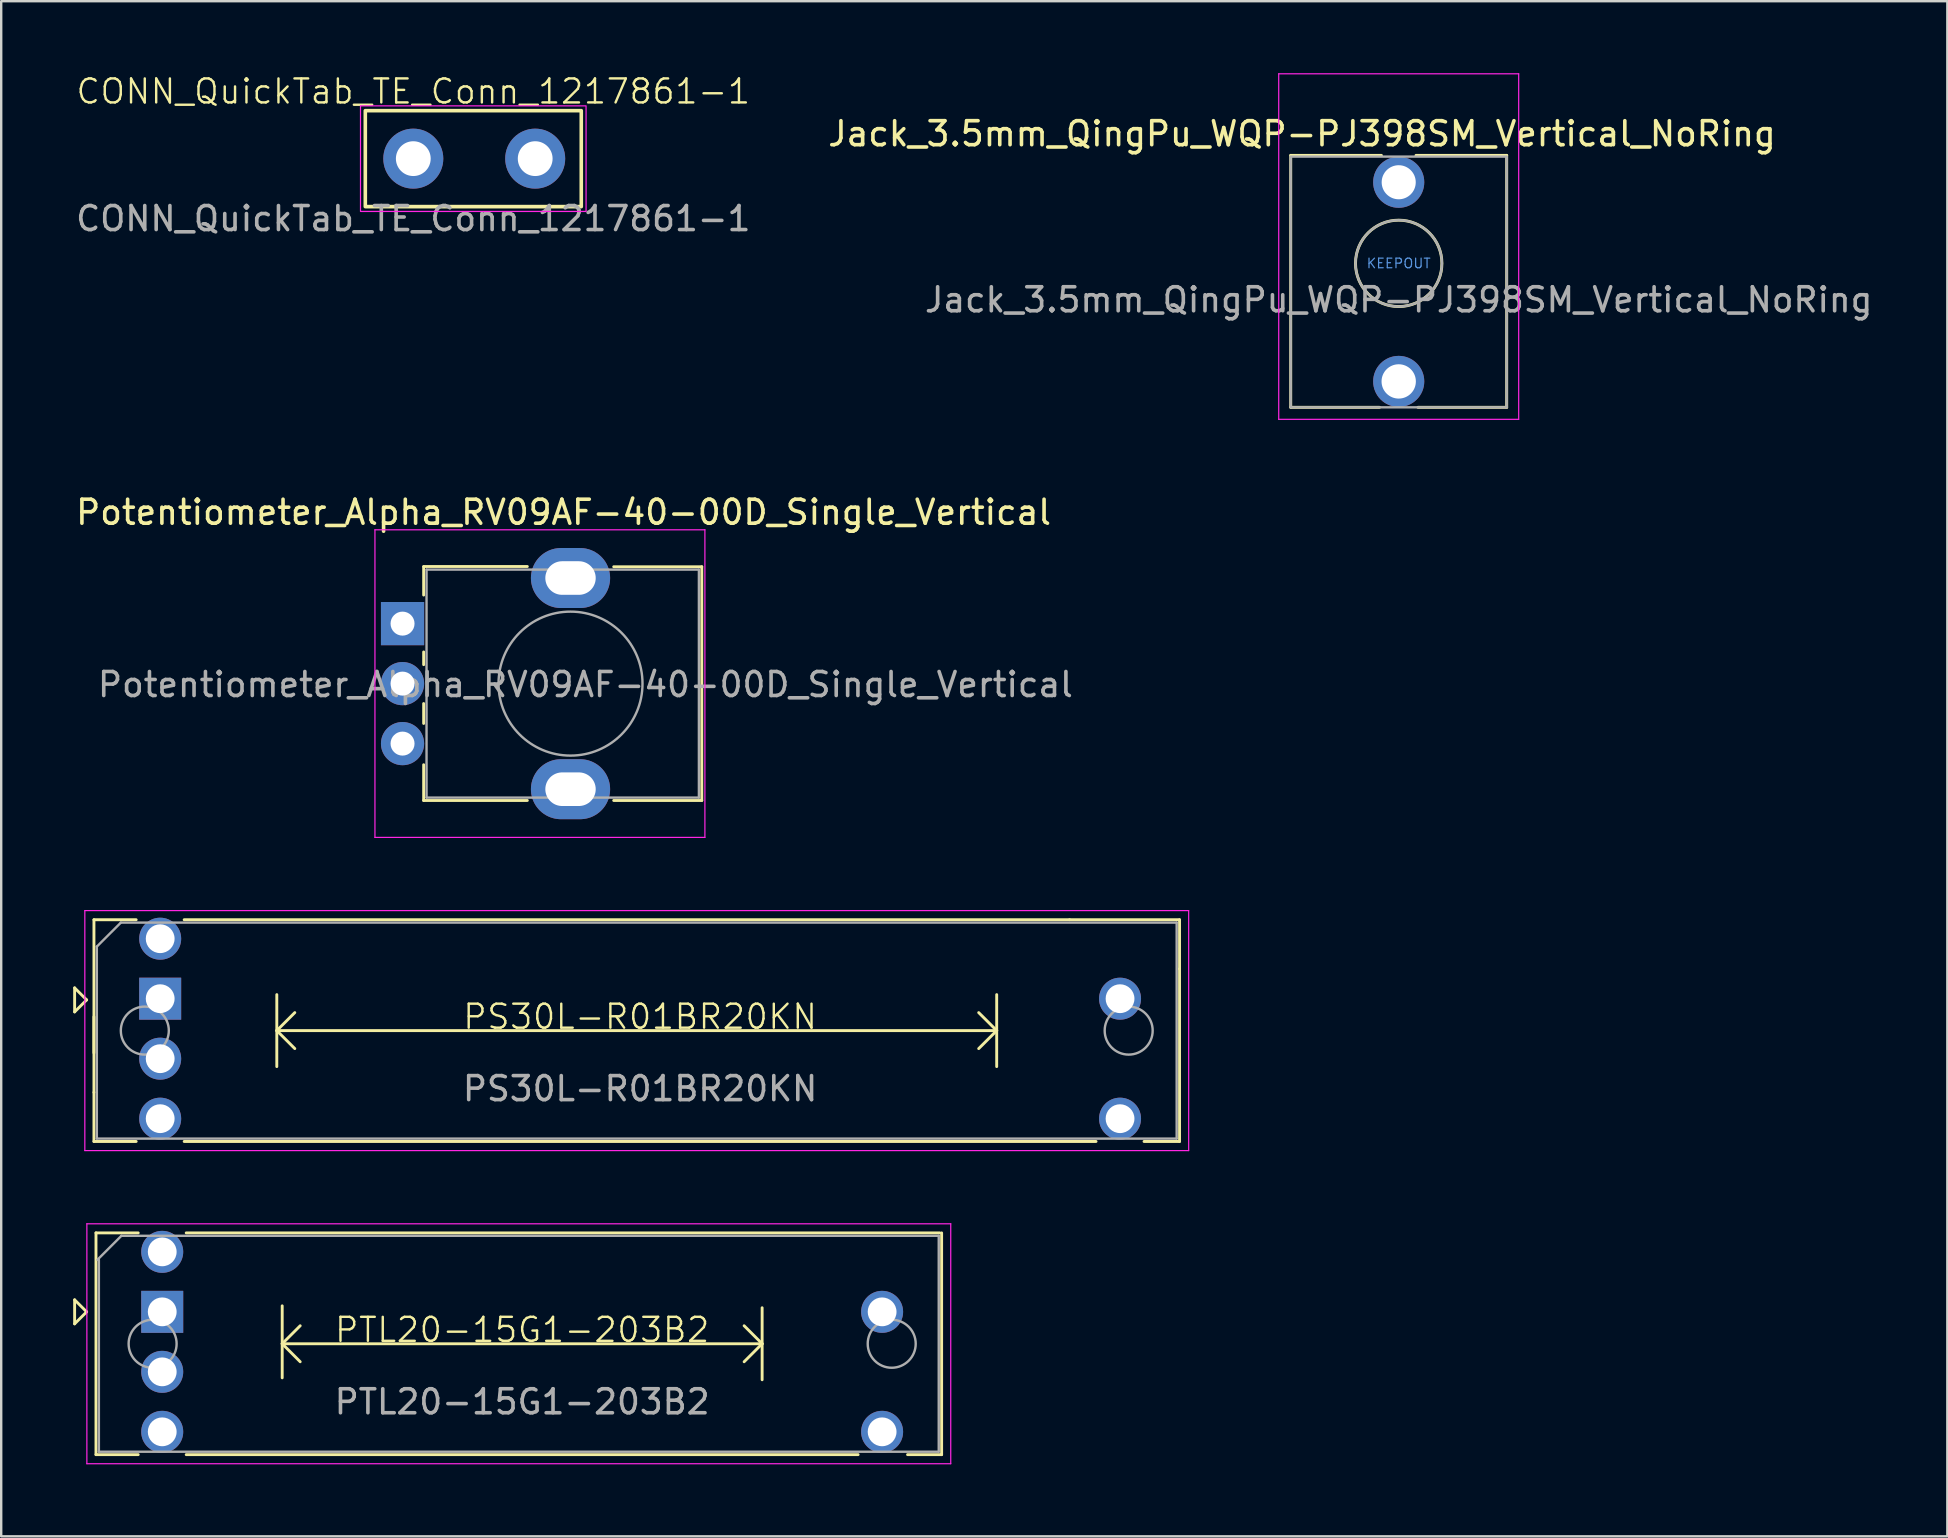
<source format=kicad_pcb>
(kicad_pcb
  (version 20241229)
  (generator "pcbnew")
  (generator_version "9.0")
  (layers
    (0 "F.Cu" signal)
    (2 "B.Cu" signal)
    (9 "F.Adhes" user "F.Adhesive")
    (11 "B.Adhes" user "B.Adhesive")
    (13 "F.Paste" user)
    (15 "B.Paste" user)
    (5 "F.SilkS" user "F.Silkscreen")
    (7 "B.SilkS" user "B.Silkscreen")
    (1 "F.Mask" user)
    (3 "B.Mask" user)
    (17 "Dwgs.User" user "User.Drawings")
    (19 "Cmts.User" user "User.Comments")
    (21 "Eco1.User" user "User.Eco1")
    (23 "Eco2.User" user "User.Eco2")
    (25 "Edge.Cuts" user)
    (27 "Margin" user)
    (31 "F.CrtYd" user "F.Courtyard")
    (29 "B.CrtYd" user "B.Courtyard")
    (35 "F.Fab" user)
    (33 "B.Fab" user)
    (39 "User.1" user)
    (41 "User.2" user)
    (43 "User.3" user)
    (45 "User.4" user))
  (footprint "Potentiometer_Alpha_RV09AF-40-00D_Single_Vertical"
    (layer "F.Cu")
    (at 13.725 22.938)
    (property "Reference" "Potentiometer_Alpha_RV09AF-40-00D_Single_Vertical" (at 6.71 -4.64 180) (layer "F.SilkS") (effects (font (size 1 1) (thickness 0.15))))
    (attr through_hole)
    (fp_line (start 0.88 -2.38) (end 5.2 -2.38) (stroke (width 0.12) (type solid)) (layer "F.SilkS"))
    (fp_line (start 0.88 -1.19) (end 0.88 -2.37) (stroke (width 0.12) (type solid)) (layer "F.SilkS"))
    (fp_line (start 0.88 1.71) (end 0.88 1.18) (stroke (width 0.12) (type solid)) (layer "F.SilkS"))
    (fp_line (start 0.88 4.16) (end 0.88 3.33) (stroke (width 0.12) (type solid)) (layer "F.SilkS"))
    (fp_line (start 0.88 7.37) (end 0.88 5.88) (stroke (width 0.12) (type solid)) (layer "F.SilkS"))
    (fp_line (start 0.88 7.37) (end 5.2 7.37) (stroke (width 0.12) (type solid)) (layer "F.SilkS"))
    (fp_line (start 8.8 -2.37) (end 12.47 -2.37) (stroke (width 0.12) (type solid)) (layer "F.SilkS"))
    (fp_line (start 8.8 7.37) (end 12.47 7.37) (stroke (width 0.12) (type solid)) (layer "F.SilkS"))
    (fp_line (start 12.47 7.37) (end 12.47 -2.37) (stroke (width 0.12) (type solid)) (layer "F.SilkS"))
    (fp_line (start -1.15 -3.91) (end -1.15 8.91) (stroke (width 0.05) (type solid)) (layer "F.CrtYd"))
    (fp_line (start -1.15 8.91) (end 12.6 8.91) (stroke (width 0.05) (type solid)) (layer "F.CrtYd"))
    (fp_line (start 12.6 -3.91) (end -1.15 -3.91) (stroke (width 0.05) (type solid)) (layer "F.CrtYd"))
    (fp_line (start 12.6 8.91) (end 12.6 -3.91) (stroke (width 0.05) (type solid)) (layer "F.CrtYd"))
    (fp_line (start 1 -2.25) (end 12.35 -2.25) (stroke (width 0.1) (type solid)) (layer "F.Fab"))
    (fp_line (start 1 7.25) (end 1 -2.25) (stroke (width 0.1) (type solid)) (layer "F.Fab"))
    (fp_line (start 1 7.25) (end 12.35 7.25) (stroke (width 0.1) (type solid)) (layer "F.Fab"))
    (fp_line (start 12.35 7.25) (end 12.35 -2.25) (stroke (width 0.1) (type solid)) (layer "F.Fab"))
    (fp_circle (center 7 2.5) (end 10 2.5) (stroke (width 0.1) (type solid)) (fill no) (layer "F.Fab"))
    (fp_text user "${REFERENCE}" (at 7.62 2.54 0) (layer "F.Fab") (effects (font (size 1 1) (thickness 0.15))))
    (pad "" thru_hole oval (at 7 -1.9 90) (size 2.5 3.3) (drill oval 1.4 2.1) (layers "*.Cu" "*.Mask"))
    (pad "" thru_hole oval (at 7 6.9 90) (size 2.5 3.3) (drill oval 1.4 2.1) (layers "*.Cu" "*.Mask"))
    (pad "1" thru_hole rect (at 0 0 90) (size 1.8 1.8) (drill 1) (layers "*.Cu" "*.Mask"))
    (pad "2" thru_hole circle (at 0 2.5 90) (size 1.8 1.8) (drill 1) (layers "*.Cu" "*.Mask"))
    (pad "3" thru_hole circle (at 0 5 90) (size 1.8 1.8) (drill 1) (layers "*.Cu" "*.Mask")))
  (footprint "Jack_3.5mm_QingPu_WQP-PJ398SM_Vertical_NoRing"
    (layer "F.Cu")
    (at 55.238 1.445)
    (property "Reference" "Jack_3.5mm_QingPu_WQP-PJ398SM_Vertical_NoRing" (at -4.03 1.08 180) (layer "F.SilkS") (effects (font (size 1 1) (thickness 0.15))))
    (attr through_hole)
    (fp_line (start -4.5 1.98) (end -4.5 12.48) (stroke (width 0.12) (type solid)) (layer "F.SilkS"))
    (fp_line (start -0.8 12.48) (end -4.5 12.48) (stroke (width 0.12) (type solid)) (layer "F.SilkS"))
    (fp_line (start -0.72 1.98) (end -4.5 1.98) (stroke (width 0.12) (type solid)) (layer "F.SilkS"))
    (fp_line (start 4.5 1.98) (end 0.72 1.98) (stroke (width 0.12) (type solid)) (layer "F.SilkS"))
    (fp_line (start 4.5 1.98) (end 4.5 12.48) (stroke (width 0.12) (type solid)) (layer "F.SilkS"))
    (fp_line (start 4.5 12.48) (end 0.8 12.48) (stroke (width 0.12) (type solid)) (layer "F.SilkS"))
    (fp_circle (center 0 6.48) (end 1.8 6.48) (stroke (width 0.12) (type solid)) (fill no) (layer "F.SilkS"))
    (fp_line (start -5 12.98) (end -5 -1.42) (stroke (width 0.05) (type solid)) (layer "F.CrtYd"))
    (fp_line (start 5 -1.42) (end -5 -1.42) (stroke (width 0.05) (type solid)) (layer "F.CrtYd"))
    (fp_line (start 5 12.98) (end -5 12.98) (stroke (width 0.05) (type solid)) (layer "F.CrtYd"))
    (fp_line (start 5 12.98) (end 5 -1.42) (stroke (width 0.05) (type solid)) (layer "F.CrtYd"))
    (fp_line (start -4.5 12.48) (end -4.5 2.08) (stroke (width 0.1) (type solid)) (layer "F.Fab"))
    (fp_line (start 4.5 2.03) (end -4.5 2.03) (stroke (width 0.1) (type solid)) (layer "F.Fab"))
    (fp_line (start 4.5 12.48) (end -4.5 12.48) (stroke (width 0.1) (type solid)) (layer "F.Fab"))
    (fp_line (start 4.5 12.48) (end 4.5 2.08) (stroke (width 0.1) (type solid)) (layer "F.Fab"))
    (fp_circle (center 0 6.48) (end 1.8 6.48) (stroke (width 0.1) (type solid)) (fill no) (layer "F.Fab"))
    (fp_text user "KEEPOUT" (at 0 6.48 0) (layer "Cmts.User") (effects (font (size 0.4 0.4) (thickness 0.051))))
    (fp_text user "${REFERENCE}" (at 0 8 180) (layer "F.Fab") (effects (font (size 1 1) (thickness 0.15))))
    (pad "T" thru_hole circle (at 0 11.4 180) (size 2.13 2.13) (drill 1.43) (layers "*.Cu" "*.Mask"))
    (pad "TN" thru_hole circle (at 0 3.1 180) (size 2.13 2.13) (drill 1.42) (layers "*.Cu" "*.Mask"))
    (zone (net_name "") (layer "F.Cu") (hatch full 0.508) (connect_pads) (min_thickness 0.254) (filled_areas_thickness no) (keepout (tracks not_allowed) (vias not_allowed) (pads not_allowed) (copperpour not_allowed) (footprints not_allowed)) (placement (enabled no)) (fill) (polygon (pts (xy 56.743 7.925) (xy 56.723 7.679) (xy 56.663 7.44) (xy 56.565 7.214) (xy 56.431 7.007) (xy 56.265 6.824) (xy 56.071 6.671) (xy 55.855 6.552) (xy 55.623 6.47) (xy 55.38 6.427) (xy 55.133 6.424) (xy 54.89 6.461) (xy 54.655 6.537) (xy 54.436 6.651) (xy 54.239 6.799) (xy 54.069 6.978) (xy 53.93 7.182) (xy 53.826 7.405) (xy 53.76 7.643) (xy 53.734 7.888) (xy 53.748 8.134) (xy 53.802 8.375) (xy 53.895 8.604) (xy 54.024 8.814) (xy 54.185 9) (xy 54.375 9.158) (xy 54.588 9.282) (xy 54.818 9.37) (xy 55.06 9.42) (xy 55.307 9.429) (xy 55.551 9.397) (xy 55.788 9.326) (xy 56.009 9.218) (xy 56.21 9.075) (xy 56.385 8.901) (xy 56.528 8.7) (xy 56.638 8.479) (xy 56.709 8.243) (xy 56.742 7.999)))))
  (footprint "PTL20-15G1-203B2"
    (layer "F.Cu")
    (at 18.71 52.868)
    (property "Reference" "PTL20-15G1-203B2" (at 0 -0.5 0) (unlocked yes) (layer "F.SilkS") (effects (font (size 1 1) (thickness 0.1))))
    (attr through_hole)
    (fp_line (start -18.65 -1.75) (end -18.65 -0.75) (stroke (width 0.12) (type solid)) (layer "F.SilkS"))
    (fp_line (start -18.65 -0.75) (end -18.15 -1.25) (stroke (width 0.12) (type solid)) (layer "F.SilkS"))
    (fp_line (start -18.15 -1.25) (end -18.65 -1.75) (stroke (width 0.12) (type solid)) (layer "F.SilkS"))
    (fp_line (start -17.76 -4.54) (end -17.76 4.7) (stroke (width 0.12) (type solid)) (layer "F.SilkS"))
    (fp_line (start -17.76 -4.54) (end -16 -4.54) (stroke (width 0.12) (type solid)) (layer "F.SilkS"))
    (fp_line (start -17.76 4.7) (end -16 4.7) (stroke (width 0.12) (type solid)) (layer "F.SilkS"))
    (fp_line (start -14 -4.54) (end 17.4 -4.54) (stroke (width 0.12) (type solid)) (layer "F.SilkS"))
    (fp_line (start -14 4.7) (end 14 4.7) (stroke (width 0.12) (type solid)) (layer "F.SilkS"))
    (fp_line (start -10 -1.5) (end -10 1.5) (stroke (width 0.12) (type solid)) (layer "F.SilkS"))
    (fp_line (start -10 0.08) (end -9.25 0.83) (stroke (width 0.12) (type solid)) (layer "F.SilkS"))
    (fp_line (start -10 0.08) (end 10 0.08) (stroke (width 0.12) (type solid)) (layer "F.SilkS"))
    (fp_line (start -9.25 -0.67) (end -10 0.08) (stroke (width 0.12) (type solid)) (layer "F.SilkS"))
    (fp_line (start 9.25 -0.67) (end 10 0.08) (stroke (width 0.12) (type solid)) (layer "F.SilkS"))
    (fp_line (start 10 -1.42) (end 10 1.58) (stroke (width 0.12) (type solid)) (layer "F.SilkS"))
    (fp_line (start 10 0.08) (end 9.25 0.83) (stroke (width 0.12) (type solid)) (layer "F.SilkS"))
    (fp_line (start 16.06 4.7) (end 17.48 4.7) (stroke (width 0.12) (type solid)) (layer "F.SilkS"))
    (fp_line (start 17.48 -4.54) (end 17.48 4.7) (stroke (width 0.12) (type solid)) (layer "F.SilkS"))
    (fp_line (start -18.14 -4.92) (end -18.14 5.08) (stroke (width 0.05) (type solid)) (layer "F.CrtYd"))
    (fp_line (start -18.14 5.08) (end 17.86 5.08) (stroke (width 0.05) (type solid)) (layer "F.CrtYd"))
    (fp_line (start 17.86 -4.92) (end -18.14 -4.92) (stroke (width 0.05) (type solid)) (layer "F.CrtYd"))
    (fp_line (start 17.86 5.08) (end 17.86 -4.92) (stroke (width 0.05) (type solid)) (layer "F.CrtYd"))
    (fp_line (start -17.7 -3.42) (end -16.7 -4.42) (stroke (width 0.1) (type solid)) (layer "F.Fab"))
    (fp_line (start -17.64 4.58) (end -17.64 -3.42) (stroke (width 0.1) (type solid)) (layer "F.Fab"))
    (fp_line (start -16.7 -4.42) (end 17.36 -4.42) (stroke (width 0.1) (type solid)) (layer "F.Fab"))
    (fp_line (start 17.36 -4.42) (end 17.36 4.58) (stroke (width 0.1) (type solid)) (layer "F.Fab"))
    (fp_line (start 17.36 4.58) (end -17.64 4.58) (stroke (width 0.1) (type solid)) (layer "F.Fab"))
    (fp_circle (center -15.4 0.08) (end -14.4 0.08) (stroke (width 0.1) (type solid)) (fill no) (layer "F.Fab"))
    (fp_circle (center 15.4 0.08) (end 16.4 0.08) (stroke (width 0.1) (type solid)) (fill no) (layer "F.Fab"))
    (fp_text user "${REFERENCE}" (at 0 2.5 0) (unlocked yes) (layer "F.Fab") (effects (font (size 1 1) (thickness 0.15))))
    (pad "1" thru_hole rect (at -15 -1.25) (size 1.75 1.75) (drill 1.2) (layers "*.Cu" "*.Mask"))
    (pad "2" thru_hole circle (at -15 -3.75) (size 1.75 1.75) (drill 1.2) (layers "*.Cu" "*.Mask"))
    (pad "3" thru_hole circle (at 15 -1.25) (size 1.75 1.75) (drill 1.2) (layers "*.Cu" "*.Mask"))
    (pad "4" thru_hole circle (at -15 1.25) (size 1.75 1.75) (drill 1.2) (layers "*.Cu" "*.Mask"))
    (pad "A" thru_hole circle (at 15 3.75) (size 1.75 1.75) (drill 1.2) (layers "*.Cu" "*.Mask"))
    (pad "K" thru_hole circle (at -15 3.75) (size 1.75 1.75) (drill 1.2) (layers "*.Cu" "*.Mask")))
  (footprint "PS30L-R01BR20KN"
    (layer "F.Cu")
    (at 23.625 39.818)
    (property "Reference" "PS30L-R01BR20KN" (at 0 -0.5 0) (unlocked yes) (layer "F.SilkS") (effects (font (size 1 1) (thickness 0.1))))
    (attr through_hole)
    (fp_line (start -23.565 -1.7) (end -23.565 -0.7) (stroke (width 0.12) (type solid)) (layer "F.SilkS"))
    (fp_line (start -23.565 -0.7) (end -23.065 -1.2) (stroke (width 0.12) (type solid)) (layer "F.SilkS"))
    (fp_line (start -23.065 -1.2) (end -23.565 -1.7) (stroke (width 0.12) (type solid)) (layer "F.SilkS"))
    (fp_line (start -22.76 -4.54) (end -22.76 2.653) (stroke (width 0.12) (type solid)) (layer "F.SilkS"))
    (fp_line (start -22.76 -4.54) (end -21 -4.54) (stroke (width 0.12) (type solid)) (layer "F.SilkS"))
    (fp_line (start -22.76 -0.495) (end -22.76 1.008) (stroke (width 0.12) (type solid)) (layer "F.SilkS"))
    (fp_line (start -22.76 2.653) (end -22.76 4.7) (stroke (width 0.12) (type solid)) (layer "F.SilkS"))
    (fp_line (start -22.76 4.7) (end -21 4.7) (stroke (width 0.12) (type solid)) (layer "F.SilkS"))
    (fp_line (start -19 -4.54) (end 17.896 -4.54) (stroke (width 0.12) (type solid)) (layer "F.SilkS"))
    (fp_line (start -19 4.7) (end 19 4.7) (stroke (width 0.12) (type solid)) (layer "F.SilkS"))
    (fp_line (start -15.14 -1.42) (end -15.14 1.58) (stroke (width 0.12) (type solid)) (layer "F.SilkS"))
    (fp_line (start -15.14 0.08) (end -14.39 0.83) (stroke (width 0.12) (type solid)) (layer "F.SilkS"))
    (fp_line (start -15.14 0.08) (end 14.86 0.08) (stroke (width 0.12) (type solid)) (layer "F.SilkS"))
    (fp_line (start -14.39 -0.67) (end -15.14 0.08) (stroke (width 0.12) (type solid)) (layer "F.SilkS"))
    (fp_line (start 14.11 -0.67) (end 14.86 0.08) (stroke (width 0.12) (type solid)) (layer "F.SilkS"))
    (fp_line (start 14.86 -1.42) (end 14.86 1.58) (stroke (width 0.12) (type solid)) (layer "F.SilkS"))
    (fp_line (start 14.86 0.08) (end 14.11 0.83) (stroke (width 0.12) (type solid)) (layer "F.SilkS"))
    (fp_line (start 17.896 -4.54) (end 22.48 -4.54) (stroke (width 0.12) (type solid)) (layer "F.SilkS"))
    (fp_line (start 21 4.7) (end 22.48 4.7) (stroke (width 0.12) (type solid)) (layer "F.SilkS"))
    (fp_line (start 22.48 -4.54) (end 22.48 -2.493) (stroke (width 0.12) (type solid)) (layer "F.SilkS"))
    (fp_line (start 22.48 -2.493) (end 22.48 4.7) (stroke (width 0.12) (type solid)) (layer "F.SilkS"))
    (fp_line (start -23.14 -4.92) (end -23.14 5.08) (stroke (width 0.05) (type solid)) (layer "F.CrtYd"))
    (fp_line (start -23.14 5.08) (end 22.86 5.08) (stroke (width 0.05) (type solid)) (layer "F.CrtYd"))
    (fp_line (start 22.86 -4.92) (end -23.14 -4.92) (stroke (width 0.05) (type solid)) (layer "F.CrtYd"))
    (fp_line (start 22.86 5.08) (end 22.86 -4.92) (stroke (width 0.05) (type solid)) (layer "F.CrtYd"))
    (fp_line (start -22.64 -3.42) (end -21.64 -4.42) (stroke (width 0.1) (type solid)) (layer "F.Fab"))
    (fp_line (start -22.64 4.58) (end -22.64 -3.42) (stroke (width 0.1) (type solid)) (layer "F.Fab"))
    (fp_line (start -21.64 -4.42) (end 22.36 -4.42) (stroke (width 0.1) (type solid)) (layer "F.Fab"))
    (fp_line (start 22.36 -4.42) (end 22.36 4.58) (stroke (width 0.1) (type solid)) (layer "F.Fab"))
    (fp_line (start 22.36 4.58) (end -22.64 4.58) (stroke (width 0.1) (type solid)) (layer "F.Fab"))
    (fp_circle (center -20.64 0.08) (end -19.64 0.08) (stroke (width 0.1) (type solid)) (fill no) (layer "F.Fab"))
    (fp_circle (center 20.36 0.08) (end 21.36 0.08) (stroke (width 0.1) (type solid)) (fill no) (layer "F.Fab"))
    (fp_text user "${REFERENCE}" (at 0 2.5 0) (unlocked yes) (layer "F.Fab") (effects (font (size 1 1) (thickness 0.15))))
    (pad "1" thru_hole rect (at -20 -1.25) (size 1.75 1.75) (drill 1.2) (layers "*.Cu" "*.Mask"))
    (pad "2" thru_hole circle (at -20 -3.75) (size 1.75 1.75) (drill 1.2) (layers "*.Cu" "*.Mask"))
    (pad "3" thru_hole circle (at 20 -1.25) (size 1.75 1.75) (drill 1.2) (layers "*.Cu" "*.Mask"))
    (pad "4" thru_hole circle (at -20 1.25) (size 1.75 1.75) (drill 1.2) (layers "*.Cu" "*.Mask"))
    (pad "A" thru_hole circle (at 20 3.75) (size 1.75 1.75) (drill 1.2) (layers "*.Cu" "*.Mask"))
    (pad "K" thru_hole circle (at -20 3.75) (size 1.75 1.75) (drill 1.2) (layers "*.Cu" "*.Mask")))
  (footprint "CONN_QuickTab_TE_Conn_1217861-1"
    (layer "F.Cu")
    (at 14.173 3.561)
    (property "Reference" "CONN_QuickTab_TE_Conn_1217861-1" (at 0 -2.8 0) (unlocked yes) (layer "F.SilkS") (effects (font (size 1 1) (thickness 0.1))))
    (attr through_hole)
    (fp_rect (start -2 -2) (end 7 2) (stroke (width 0.15) (type default)) (fill no) (layer "F.SilkS"))
    (fp_rect (start -2.2 -2.2) (end 7.2 2.2) (stroke (width 0.05) (type default)) (fill no) (layer "F.CrtYd"))
    (fp_text user "${REFERENCE}" (at 0 2.5 0) (unlocked yes) (layer "F.Fab") (effects (font (size 1 1) (thickness 0.15))))
    (pad "1" thru_hole circle (at 0 0) (size 2.5 2.5) (drill 1.45) (layers "*.Cu" "*.Mask"))
    (pad "2" thru_hole circle (at 5.08 0) (size 2.5 2.5) (drill 1.45) (layers "*.Cu" "*.Mask")))
  (gr_rect
    (start -3 -3)
    (end 78.101 60.973)
    (stroke (width 0.1) (type default))
    (fill no)
    (layer "Edge.Cuts")))
</source>
